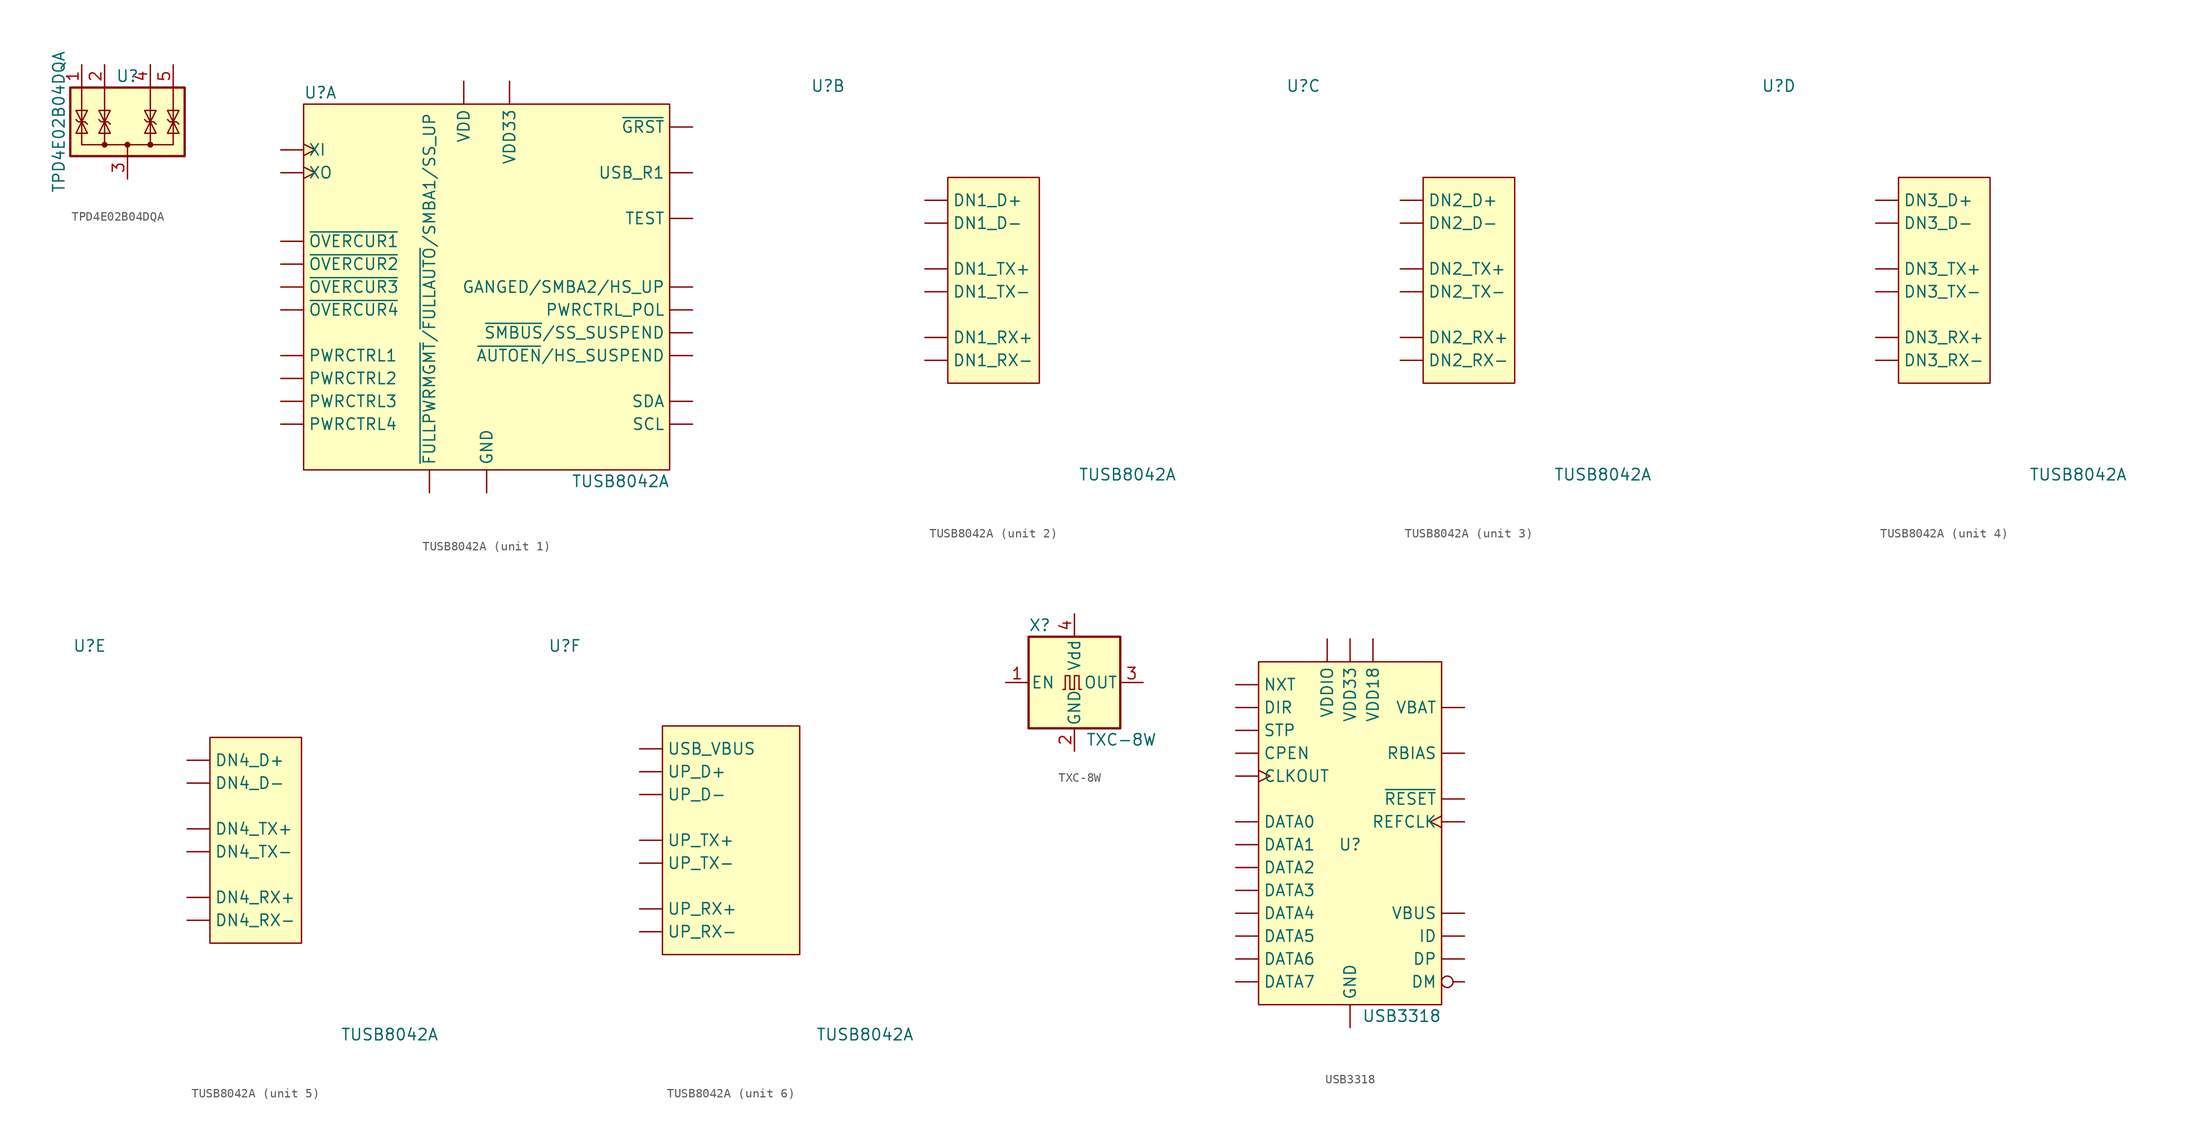
<source format=kicad_sym>
(kicad_symbol_lib
  (version 20211014)
  (generator kicad_symbol_editor)
  (symbol "TPD4E02B04DQA"
    (pin_names hide)
    (property "Reference" "U"
      (at 0 5.08 0)
      (effects (font (size 1.27 1.27))))
    (property "Value" "TPD4E02B04DQA"
      (at -7.62 0 90)
      (effects (font (size 1.27 1.27))))
    (symbol "TPD4E02B04DQA_0_0"
      (pin passive line (at 0 -6.35 90) (length 2.54) (name "G" (effects (font (size 1.27 1.27)))) (number "3" (effects (font (size 1.27 1.27))))))
    (symbol "TPD4E02B04DQA_0_1"
      (rectangle (start -6.35 3.81) (end 6.35 -3.81) (stroke (width 0.254) (type default) (color 0 0 0 0)) (fill (type background)))
      (circle (center 0 -2.54) (radius 0.254) (stroke (width 0) (type default) (color 0 0 0 0)) (fill (type outline)))
      (polyline (pts (xy -2.54 3.81) (xy -2.54 -2.54)) (stroke (width 0) (type default) (color 0 0 0 0)) (fill (type none)))
      (polyline (pts (xy 0 -2.54) (xy 0 -3.81)) (stroke (width 0) (type default) (color 0 0 0 0)) (fill (type none)))
      (polyline (pts (xy 2.54 3.81) (xy 2.54 -2.54)) (stroke (width 0) (type default) (color 0 0 0 0)) (fill (type none)))
      (polyline (pts (xy -5.08 3.81) (xy -5.08 -2.54) (xy 5.08 -2.54) (xy 5.08 3.81)) (stroke (width 0) (type default) (color 0 0 0 0)) (fill (type none)))
      (polyline (pts (xy -4.445 -1.27) (xy -5.715 -1.27) (xy -5.08 0) (xy -4.445 -1.27)) (stroke (width 0) (type default) (color 0 0 0 0)) (fill (type none)))
      (polyline (pts (xy -3.175 0.254) (xy -2.921 0) (xy -2.159 0) (xy -1.905 -0.254)) (stroke (width 0) (type default) (color 0 0 0 0)) (fill (type none)))
      (polyline (pts (xy -2.54 0) (xy -1.905 -1.27) (xy -3.175 -1.27) (xy -2.54 0)) (stroke (width 0) (type default) (color 0 0 0 0)) (fill (type none)))
      (polyline (pts (xy 2.54 0) (xy 1.905 -1.27) (xy 3.175 -1.27) (xy 2.54 0)) (stroke (width 0) (type default) (color 0 0 0 0)) (fill (type none)))
      (polyline (pts (xy 5.08 0) (xy 4.445 -1.27) (xy 5.715 -1.27) (xy 5.08 0)) (stroke (width 0) (type default) (color 0 0 0 0)) (fill (type none)))
      (circle (center 2.54 -2.54) (radius 0.254) (stroke (width 0) (type default) (color 0 0 0 0)) (fill (type outline))))
    (symbol "TPD4E02B04DQA_1_1"
      (circle (center -2.54 -2.54) (radius 0.254) (stroke (width 0) (type default) (color 0 0 0 0)) (fill (type outline)))
      (polyline (pts (xy -5.715 0.254) (xy -5.461 0) (xy -4.699 0) (xy -4.445 -0.254)) (stroke (width 0) (type default) (color 0 0 0 0)) (fill (type none)))
      (polyline (pts (xy -5.08 0) (xy -5.715 1.27) (xy -4.445 1.27) (xy -5.08 0)) (stroke (width 0) (type default) (color 0 0 0 0)) (fill (type none)))
      (polyline (pts (xy -2.54 0) (xy -3.175 1.27) (xy -1.905 1.27) (xy -2.54 0)) (stroke (width 0) (type default) (color 0 0 0 0)) (fill (type none)))
      (polyline (pts (xy 1.905 0.254) (xy 2.159 0) (xy 2.921 0) (xy 3.175 -0.254)) (stroke (width 0) (type default) (color 0 0 0 0)) (fill (type none)))
      (polyline (pts (xy 2.54 0) (xy 1.905 1.27) (xy 3.175 1.27) (xy 2.54 0)) (stroke (width 0) (type default) (color 0 0 0 0)) (fill (type none)))
      (polyline (pts (xy 4.445 0.254) (xy 4.699 0) (xy 5.461 0) (xy 5.715 -0.254)) (stroke (width 0) (type default) (color 0 0 0 0)) (fill (type none)))
      (polyline (pts (xy 5.08 0) (xy 4.445 1.27) (xy 5.715 1.27) (xy 5.08 0)) (stroke (width 0) (type default) (color 0 0 0 0)) (fill (type none)))
      (pin passive line (at -5.08 6.35 270) (length 2.54) (name "IO1" (effects (font (size 1.27 1.27)))) (number "1" (effects (font (size 1.27 1.27)))))
      (pin passive line (at -5.08 6.35 270) (length 2.54) hide (name "NC" (effects (font (size 1.27 1.27)))) (number "10" (effects (font (size 1.27 1.27)))))
      (pin passive line (at -2.54 6.35 270) (length 2.54) (name "IO2" (effects (font (size 1.27 1.27)))) (number "2" (effects (font (size 1.27 1.27)))))
      (pin passive line (at 2.54 6.35 270) (length 2.54) (name "IO3" (effects (font (size 1.27 1.27)))) (number "4" (effects (font (size 1.27 1.27)))))
      (pin passive line (at 5.08 6.35 270) (length 2.54) (name "IO4" (effects (font (size 1.27 1.27)))) (number "5" (effects (font (size 1.27 1.27)))))
      (pin passive line (at 5.08 6.35 270) (length 2.54) hide (name "NC" (effects (font (size 1.27 1.27)))) (number "6" (effects (font (size 1.27 1.27)))))
      (pin passive line (at 2.54 6.35 270) (length 2.54) hide (name "NC" (effects (font (size 1.27 1.27)))) (number "7" (effects (font (size 1.27 1.27)))))
      (pin passive line (at 0 -6.35 90) (length 2.54) hide (name "G" (effects (font (size 1.27 1.27)))) (number "8" (effects (font (size 1.27 1.27)))))
      (pin passive line (at -2.54 6.35 270) (length 2.54) hide (name "NC" (effects (font (size 1.27 1.27)))) (number "9" (effects (font (size 1.27 1.27)))))))
  (symbol "TUSB8042A"
    (pin_numbers hide)
    (property "Reference" "U"
      (at -20.32 21.59 0)
      (effects (font (size 1.27 1.27)) (justify left)))
    (property "Value" "TUSB8042A"
      (at 20.32 -21.59 0)
      (effects (font (size 1.27 1.27)) (justify right)))
    (property "ki_locked" ""
      (at 0 0 0)
      (effects (font (size 1.27 1.27))))
    (symbol "TUSB8042A_1_1"
      (rectangle (start -20.32 20.32) (end 20.32 -20.32) (stroke (width 0.152) (type default) (color 0 0 0 0)) (fill (type background)))
      (pin passive line (at -2.54 22.86 270) (length 2.54) hide (name "VDD" (effects (font (size 1.27 1.27)))) (number "13" (effects (font (size 1.27 1.27)))))
      (pin power_in line (at 2.54 22.86 270) (length 2.54) (name "VDD33" (effects (font (size 1.27 1.27)))) (number "16" (effects (font (size 1.27 1.27)))))
      (pin passive line (at -2.54 22.86 270) (length 2.54) hide (name "VDD" (effects (font (size 1.27 1.27)))) (number "21" (effects (font (size 1.27 1.27)))))
      (pin passive line (at -2.54 22.86 270) (length 2.54) hide (name "VDD" (effects (font (size 1.27 1.27)))) (number "28" (effects (font (size 1.27 1.27)))))
      (pin passive line (at -2.54 22.86 270) (length 2.54) hide (name "VDD" (effects (font (size 1.27 1.27)))) (number "31" (effects (font (size 1.27 1.27)))))
      (pin bidirectional line (at -22.86 -15.24 0) (length 2.54) (name "PWRCTRL4" (effects (font (size 1.27 1.27)))) (number "32" (effects (font (size 1.27 1.27)))))
      (pin bidirectional line (at -22.86 -12.7 0) (length 2.54) (name "PWRCTRL3" (effects (font (size 1.27 1.27)))) (number "33" (effects (font (size 1.27 1.27)))))
      (pin passive line (at 2.54 22.86 270) (length 2.54) hide (name "VDD33" (effects (font (size 1.27 1.27)))) (number "34" (effects (font (size 1.27 1.27)))))
      (pin bidirectional line (at -22.86 -10.16 0) (length 2.54) (name "PWRCTRL2" (effects (font (size 1.27 1.27)))) (number "35" (effects (font (size 1.27 1.27)))))
      (pin bidirectional line (at -22.86 -7.62 0) (length 2.54) (name "PWRCTRL1" (effects (font (size 1.27 1.27)))) (number "36" (effects (font (size 1.27 1.27)))))
      (pin bidirectional line (at 22.86 -12.7 180) (length 2.54) (name "SDA" (effects (font (size 1.27 1.27)))) (number "37" (effects (font (size 1.27 1.27)))) (alternate "SMBDAT" bidirectional line))
      (pin input line (at 22.86 -15.24 180) (length 2.54) (name "SCL" (effects (font (size 1.27 1.27)))) (number "38" (effects (font (size 1.27 1.27)))) (alternate "SMBCLK" input line))
      (pin bidirectional line (at 22.86 -5.08 180) (length 2.54) (name "~{SMBUS}/SS_SUSPEND" (effects (font (size 1.27 1.27)))) (number "39" (effects (font (size 1.27 1.27)))))
      (pin bidirectional line (at -6.35 -22.86 90) (length 2.54) (name "~{FULLPWRMGMT}/~{FULLAUTO}/SMBA1/SS_UP" (effects (font (size 1.27 1.27)))) (number "40" (effects (font (size 1.27 1.27)))))
      (pin bidirectional line (at 22.86 -2.54 180) (length 2.54) (name "PWRCTRL_POL" (effects (font (size 1.27 1.27)))) (number "41" (effects (font (size 1.27 1.27)))))
      (pin bidirectional line (at 22.86 0 180) (length 2.54) (name "GANGED/SMBA2/HS_UP" (effects (font (size 1.27 1.27)))) (number "42" (effects (font (size 1.27 1.27)))))
      (pin input line (at -22.86 -2.54 0) (length 2.54) (name "~{OVERCUR4}" (effects (font (size 1.27 1.27)))) (number "43" (effects (font (size 1.27 1.27)))))
      (pin input line (at -22.86 0 0) (length 2.54) (name "~{OVERCUR3}" (effects (font (size 1.27 1.27)))) (number "44" (effects (font (size 1.27 1.27)))))
      (pin bidirectional line (at 22.86 -7.62 180) (length 2.54) (name "~{AUTOEN}/HS_SUSPEND" (effects (font (size 1.27 1.27)))) (number "45" (effects (font (size 1.27 1.27)))))
      (pin input line (at -22.86 5.08 0) (length 2.54) (name "~{OVERCUR1}" (effects (font (size 1.27 1.27)))) (number "46" (effects (font (size 1.27 1.27)))))
      (pin input line (at -22.86 2.54 0) (length 2.54) (name "~{OVERCUR2}" (effects (font (size 1.27 1.27)))) (number "47" (effects (font (size 1.27 1.27)))))
      (pin input line (at 22.86 7.62 180) (length 2.54) (name "TEST" (effects (font (size 1.27 1.27)))) (number "49" (effects (font (size 1.27 1.27)))))
      (pin power_in line (at -2.54 22.86 270) (length 2.54) (name "VDD" (effects (font (size 1.27 1.27)))) (number "5" (effects (font (size 1.27 1.27)))))
      (pin input line (at 22.86 17.78 180) (length 2.54) (name "~{GRST}" (effects (font (size 1.27 1.27)))) (number "50" (effects (font (size 1.27 1.27)))))
      (pin passive line (at -2.54 22.86 270) (length 2.54) hide (name "VDD" (effects (font (size 1.27 1.27)))) (number "51" (effects (font (size 1.27 1.27)))))
      (pin passive line (at 2.54 22.86 270) (length 2.54) hide (name "VDD33" (effects (font (size 1.27 1.27)))) (number "52" (effects (font (size 1.27 1.27)))))
      (pin passive line (at -2.54 22.86 270) (length 2.54) hide (name "VDD" (effects (font (size 1.27 1.27)))) (number "57" (effects (font (size 1.27 1.27)))))
      (pin output clock (at -22.86 12.7 0) (length 2.54) (name "XO" (effects (font (size 1.27 1.27)))) (number "61" (effects (font (size 1.27 1.27)))))
      (pin input clock (at -22.86 15.24 0) (length 2.54) (name "XI" (effects (font (size 1.27 1.27)))) (number "62" (effects (font (size 1.27 1.27)))))
      (pin input line (at 22.86 12.7 180) (length 2.54) (name "USB_R1" (effects (font (size 1.27 1.27)))) (number "64" (effects (font (size 1.27 1.27)))))
      (pin power_in line (at 0 -22.86 90) (length 2.54) (name "GND" (effects (font (size 1.27 1.27)))) (number "65" (effects (font (size 1.27 1.27)))))
      (pin passive line (at -2.54 22.86 270) (length 2.54) hide (name "VDD" (effects (font (size 1.27 1.27)))) (number "8" (effects (font (size 1.27 1.27))))))
    (symbol "TUSB8042A_2_1"
      (rectangle (start -5.08 11.43) (end 5.08 -11.43) (stroke (width 0.152) (type default) (color 0 0 0 0)) (fill (type background)))
      (pin bidirectional line (at -7.62 8.89 0) (length 2.54) (name "DN1_D+" (effects (font (size 1.27 1.27)))) (number "1" (effects (font (size 1.27 1.27)))))
      (pin bidirectional line (at -7.62 6.35 0) (length 2.54) (name "DN1_D-" (effects (font (size 1.27 1.27)))) (number "2" (effects (font (size 1.27 1.27)))))
      (pin output line (at -7.62 1.27 0) (length 2.54) (name "DN1_TX+" (effects (font (size 1.27 1.27)))) (number "3" (effects (font (size 1.27 1.27)))))
      (pin output line (at -7.62 -1.27 0) (length 2.54) (name "DN1_TX-" (effects (font (size 1.27 1.27)))) (number "4" (effects (font (size 1.27 1.27)))))
      (pin input line (at -7.62 -6.35 0) (length 2.54) (name "DN1_RX+" (effects (font (size 1.27 1.27)))) (number "6" (effects (font (size 1.27 1.27)))))
      (pin input line (at -7.62 -8.89 0) (length 2.54) (name "DN1_RX-" (effects (font (size 1.27 1.27)))) (number "7" (effects (font (size 1.27 1.27))))))
    (symbol "TUSB8042A_3_1"
      (rectangle (start -5.08 11.43) (end 5.08 -11.43) (stroke (width 0.152) (type default) (color 0 0 0 0)) (fill (type background)))
      (pin bidirectional line (at -7.62 6.35 0) (length 2.54) (name "DN2_D-" (effects (font (size 1.27 1.27)))) (number "10" (effects (font (size 1.27 1.27)))))
      (pin output line (at -7.62 1.27 0) (length 2.54) (name "DN2_TX+" (effects (font (size 1.27 1.27)))) (number "11" (effects (font (size 1.27 1.27)))))
      (pin output line (at -7.62 -1.27 0) (length 2.54) (name "DN2_TX-" (effects (font (size 1.27 1.27)))) (number "12" (effects (font (size 1.27 1.27)))))
      (pin input line (at -7.62 -6.35 0) (length 2.54) (name "DN2_RX+" (effects (font (size 1.27 1.27)))) (number "14" (effects (font (size 1.27 1.27)))))
      (pin input line (at -7.62 -8.89 0) (length 2.54) (name "DN2_RX-" (effects (font (size 1.27 1.27)))) (number "15" (effects (font (size 1.27 1.27)))))
      (pin bidirectional line (at -7.62 8.89 0) (length 2.54) (name "DN2_D+" (effects (font (size 1.27 1.27)))) (number "9" (effects (font (size 1.27 1.27))))))
    (symbol "TUSB8042A_4_1"
      (rectangle (start -5.08 11.43) (end 5.08 -11.43) (stroke (width 0.152) (type default) (color 0 0 0 0)) (fill (type background)))
      (pin bidirectional line (at -7.62 8.89 0) (length 2.54) (name "DN3_D+" (effects (font (size 1.27 1.27)))) (number "17" (effects (font (size 1.27 1.27)))))
      (pin bidirectional line (at -7.62 6.35 0) (length 2.54) (name "DN3_D-" (effects (font (size 1.27 1.27)))) (number "18" (effects (font (size 1.27 1.27)))))
      (pin output line (at -7.62 1.27 0) (length 2.54) (name "DN3_TX+" (effects (font (size 1.27 1.27)))) (number "19" (effects (font (size 1.27 1.27)))))
      (pin output line (at -7.62 -1.27 0) (length 2.54) (name "DN3_TX-" (effects (font (size 1.27 1.27)))) (number "20" (effects (font (size 1.27 1.27)))))
      (pin input line (at -7.62 -6.35 0) (length 2.54) (name "DN3_RX+" (effects (font (size 1.27 1.27)))) (number "22" (effects (font (size 1.27 1.27)))))
      (pin input line (at -7.62 -8.89 0) (length 2.54) (name "DN3_RX-" (effects (font (size 1.27 1.27)))) (number "23" (effects (font (size 1.27 1.27))))))
    (symbol "TUSB8042A_5_1"
      (rectangle (start -5.08 11.43) (end 5.08 -11.43) (stroke (width 0.152) (type default) (color 0 0 0 0)) (fill (type background)))
      (pin bidirectional line (at -7.62 8.89 0) (length 2.54) (name "DN4_D+" (effects (font (size 1.27 1.27)))) (number "24" (effects (font (size 1.27 1.27)))))
      (pin bidirectional line (at -7.62 6.35 0) (length 2.54) (name "DN4_D-" (effects (font (size 1.27 1.27)))) (number "25" (effects (font (size 1.27 1.27)))))
      (pin output line (at -7.62 1.27 0) (length 2.54) (name "DN4_TX+" (effects (font (size 1.27 1.27)))) (number "26" (effects (font (size 1.27 1.27)))))
      (pin output line (at -7.62 -1.27 0) (length 2.54) (name "DN4_TX-" (effects (font (size 1.27 1.27)))) (number "27" (effects (font (size 1.27 1.27)))))
      (pin input line (at -7.62 -6.35 0) (length 2.54) (name "DN4_RX+" (effects (font (size 1.27 1.27)))) (number "29" (effects (font (size 1.27 1.27)))))
      (pin input line (at -7.62 -8.89 0) (length 2.54) (name "DN4_RX-" (effects (font (size 1.27 1.27)))) (number "30" (effects (font (size 1.27 1.27))))))
    (symbol "TUSB8042A_6_1"
      (rectangle (start -7.62 12.7) (end 7.62 -12.7) (stroke (width 0.152) (type default) (color 0 0 0 0)) (fill (type background)))
      (pin input line (at -10.16 10.16 0) (length 2.54) (name "USB_VBUS" (effects (font (size 1.27 1.27)))) (number "48" (effects (font (size 1.27 1.27)))))
      (pin bidirectional line (at -10.16 7.62 0) (length 2.54) (name "UP_D+" (effects (font (size 1.27 1.27)))) (number "53" (effects (font (size 1.27 1.27)))))
      (pin bidirectional line (at -10.16 5.08 0) (length 2.54) (name "UP_D-" (effects (font (size 1.27 1.27)))) (number "54" (effects (font (size 1.27 1.27)))))
      (pin output line (at -10.16 0 0) (length 2.54) (name "UP_TX+" (effects (font (size 1.27 1.27)))) (number "55" (effects (font (size 1.27 1.27)))))
      (pin output line (at -10.16 -2.54 0) (length 2.54) (name "UP_TX-" (effects (font (size 1.27 1.27)))) (number "56" (effects (font (size 1.27 1.27)))))
      (pin input line (at -10.16 -7.62 0) (length 2.54) (name "UP_RX+" (effects (font (size 1.27 1.27)))) (number "58" (effects (font (size 1.27 1.27)))))
      (pin input line (at -10.16 -10.16 0) (length 2.54) (name "UP_RX-" (effects (font (size 1.27 1.27)))) (number "59" (effects (font (size 1.27 1.27)))))))
  (symbol "TXC-8W"
    (pin_names
      (offset 0.254))
    (property "Reference" "X"
      (at -5.08 6.35 0)
      (effects (font (size 1.27 1.27)) (justify left)))
    (property "Value" "TXC-8W"
      (at 1.27 -6.35 0)
      (effects (font (size 1.27 1.27)) (justify left)))
    (symbol "TXC-8W_0_1"
      (rectangle (start -5.08 5.08) (end 5.08 -5.08) (stroke (width 0.254) (type default) (color 0 0 0 0)) (fill (type background)))
      (polyline (pts (xy -1.27 -0.762) (xy -1.016 -0.762) (xy -1.016 0.762) (xy -0.508 0.762) (xy -0.508 -0.762) (xy 0 -0.762) (xy 0 0.762) (xy 0.508 0.762) (xy 0.508 -0.762) (xy 0.762 -0.762)) (stroke (width 0) (type default) (color 0 0 0 0)) (fill (type none))))
    (symbol "TXC-8W_1_1"
      (pin input line (at -7.62 0 0) (length 2.54) (name "EN" (effects (font (size 1.27 1.27)))) (number "1" (effects (font (size 1.27 1.27)))))
      (pin power_in line (at 0 -7.62 90) (length 2.54) (name "GND" (effects (font (size 1.27 1.27)))) (number "2" (effects (font (size 1.27 1.27)))))
      (pin output line (at 7.62 0 180) (length 2.54) (name "OUT" (effects (font (size 1.27 1.27)))) (number "3" (effects (font (size 1.27 1.27)))))
      (pin power_in line (at 0 7.62 270) (length 2.54) (name "Vdd" (effects (font (size 1.27 1.27)))) (number "4" (effects (font (size 1.27 1.27)))))))
  (symbol "USB3318"
    (pin_numbers hide)
    (property "Reference" "U"
      (at 0 0 0)
      (effects (font (size 1.27 1.27))))
    (property "Value" "USB3318"
      (at 10.16 -19.05 0)
      (effects (font (size 1.27 1.27)) (justify right)))
    (symbol "USB3318_0_1"
      (rectangle (start -10.16 20.32) (end 10.16 -17.78) (stroke (width 0.152) (type default) (color 0 0 0 0)) (fill (type background))))
    (symbol "USB3318_1_1"
      (pin input line (at 12.7 -10.16 180) (length 2.54) (name "ID" (effects (font (size 1.27 1.27)))) (number "1" (effects (font (size 1.27 1.27)))))
      (pin bidirectional line (at -12.7 -10.16 0) (length 2.54) (name "DATA5" (effects (font (size 1.27 1.27)))) (number "10" (effects (font (size 1.27 1.27)))))
      (pin bidirectional line (at -12.7 -7.62 0) (length 2.54) (name "DATA4" (effects (font (size 1.27 1.27)))) (number "11" (effects (font (size 1.27 1.27)))))
      (pin output clock (at -12.7 7.62 0) (length 2.54) (name "CLKOUT" (effects (font (size 1.27 1.27)))) (number "12" (effects (font (size 1.27 1.27)))))
      (pin bidirectional line (at -12.7 -5.08 0) (length 2.54) (name "DATA3" (effects (font (size 1.27 1.27)))) (number "13" (effects (font (size 1.27 1.27)))))
      (pin bidirectional line (at -12.7 -2.54 0) (length 2.54) (name "DATA2" (effects (font (size 1.27 1.27)))) (number "14" (effects (font (size 1.27 1.27)))))
      (pin bidirectional line (at -12.7 0 0) (length 2.54) (name "DATA1" (effects (font (size 1.27 1.27)))) (number "15" (effects (font (size 1.27 1.27)))))
      (pin bidirectional line (at -12.7 2.54 0) (length 2.54) (name "DATA0" (effects (font (size 1.27 1.27)))) (number "16" (effects (font (size 1.27 1.27)))))
      (pin power_in line (at -2.54 22.86 270) (length 2.54) (name "VDDIO" (effects (font (size 1.27 1.27)))) (number "17" (effects (font (size 1.27 1.27)))))
      (pin output line (at -12.7 17.78 0) (length 2.54) (name "NXT" (effects (font (size 1.27 1.27)))) (number "18" (effects (font (size 1.27 1.27)))))
      (pin output line (at -12.7 15.24 0) (length 2.54) (name "DIR" (effects (font (size 1.27 1.27)))) (number "19" (effects (font (size 1.27 1.27)))))
      (pin input line (at 12.7 -7.62 180) (length 2.54) (name "VBUS" (effects (font (size 1.27 1.27)))) (number "2" (effects (font (size 1.27 1.27)))))
      (pin input line (at -12.7 12.7 0) (length 2.54) (name "STP" (effects (font (size 1.27 1.27)))) (number "20" (effects (font (size 1.27 1.27)))))
      (pin power_in line (at 2.54 22.86 270) (length 2.54) (name "VDD18" (effects (font (size 1.27 1.27)))) (number "21" (effects (font (size 1.27 1.27)))))
      (pin input line (at 12.7 5.08 180) (length 2.54) (name "~{RESET}" (effects (font (size 1.27 1.27)))) (number "22" (effects (font (size 1.27 1.27)))))
      (pin input clock (at 12.7 2.54 180) (length 2.54) (name "REFCLK" (effects (font (size 1.27 1.27)))) (number "23" (effects (font (size 1.27 1.27)))))
      (pin passive line (at 12.7 10.16 180) (length 2.54) (name "RBIAS" (effects (font (size 1.27 1.27)))) (number "24" (effects (font (size 1.27 1.27)))))
      (pin power_in line (at 0 -20.32 90) (length 2.54) (name "GND" (effects (font (size 1.27 1.27)))) (number "25" (effects (font (size 1.27 1.27)))))
      (pin power_in line (at 12.7 15.24 180) (length 2.54) (name "VBAT" (effects (font (size 1.27 1.27)))) (number "3" (effects (font (size 1.27 1.27)))))
      (pin power_in line (at 0 22.86 270) (length 2.54) (name "VDD33" (effects (font (size 1.27 1.27)))) (number "4" (effects (font (size 1.27 1.27)))))
      (pin bidirectional inverted (at 12.7 -15.24 180) (length 2.54) (name "DM" (effects (font (size 1.27 1.27)))) (number "5" (effects (font (size 1.27 1.27)))))
      (pin bidirectional line (at 12.7 -12.7 180) (length 2.54) (name "DP" (effects (font (size 1.27 1.27)))) (number "6" (effects (font (size 1.27 1.27)))))
      (pin output line (at -12.7 10.16 0) (length 2.54) (name "CPEN" (effects (font (size 1.27 1.27)))) (number "7" (effects (font (size 1.27 1.27)))))
      (pin bidirectional line (at -12.7 -15.24 0) (length 2.54) (name "DATA7" (effects (font (size 1.27 1.27)))) (number "8" (effects (font (size 1.27 1.27)))))
      (pin bidirectional line (at -12.7 -12.7 0) (length 2.54) (name "DATA6" (effects (font (size 1.27 1.27)))) (number "9" (effects (font (size 1.27 1.27))))))))
</source>
